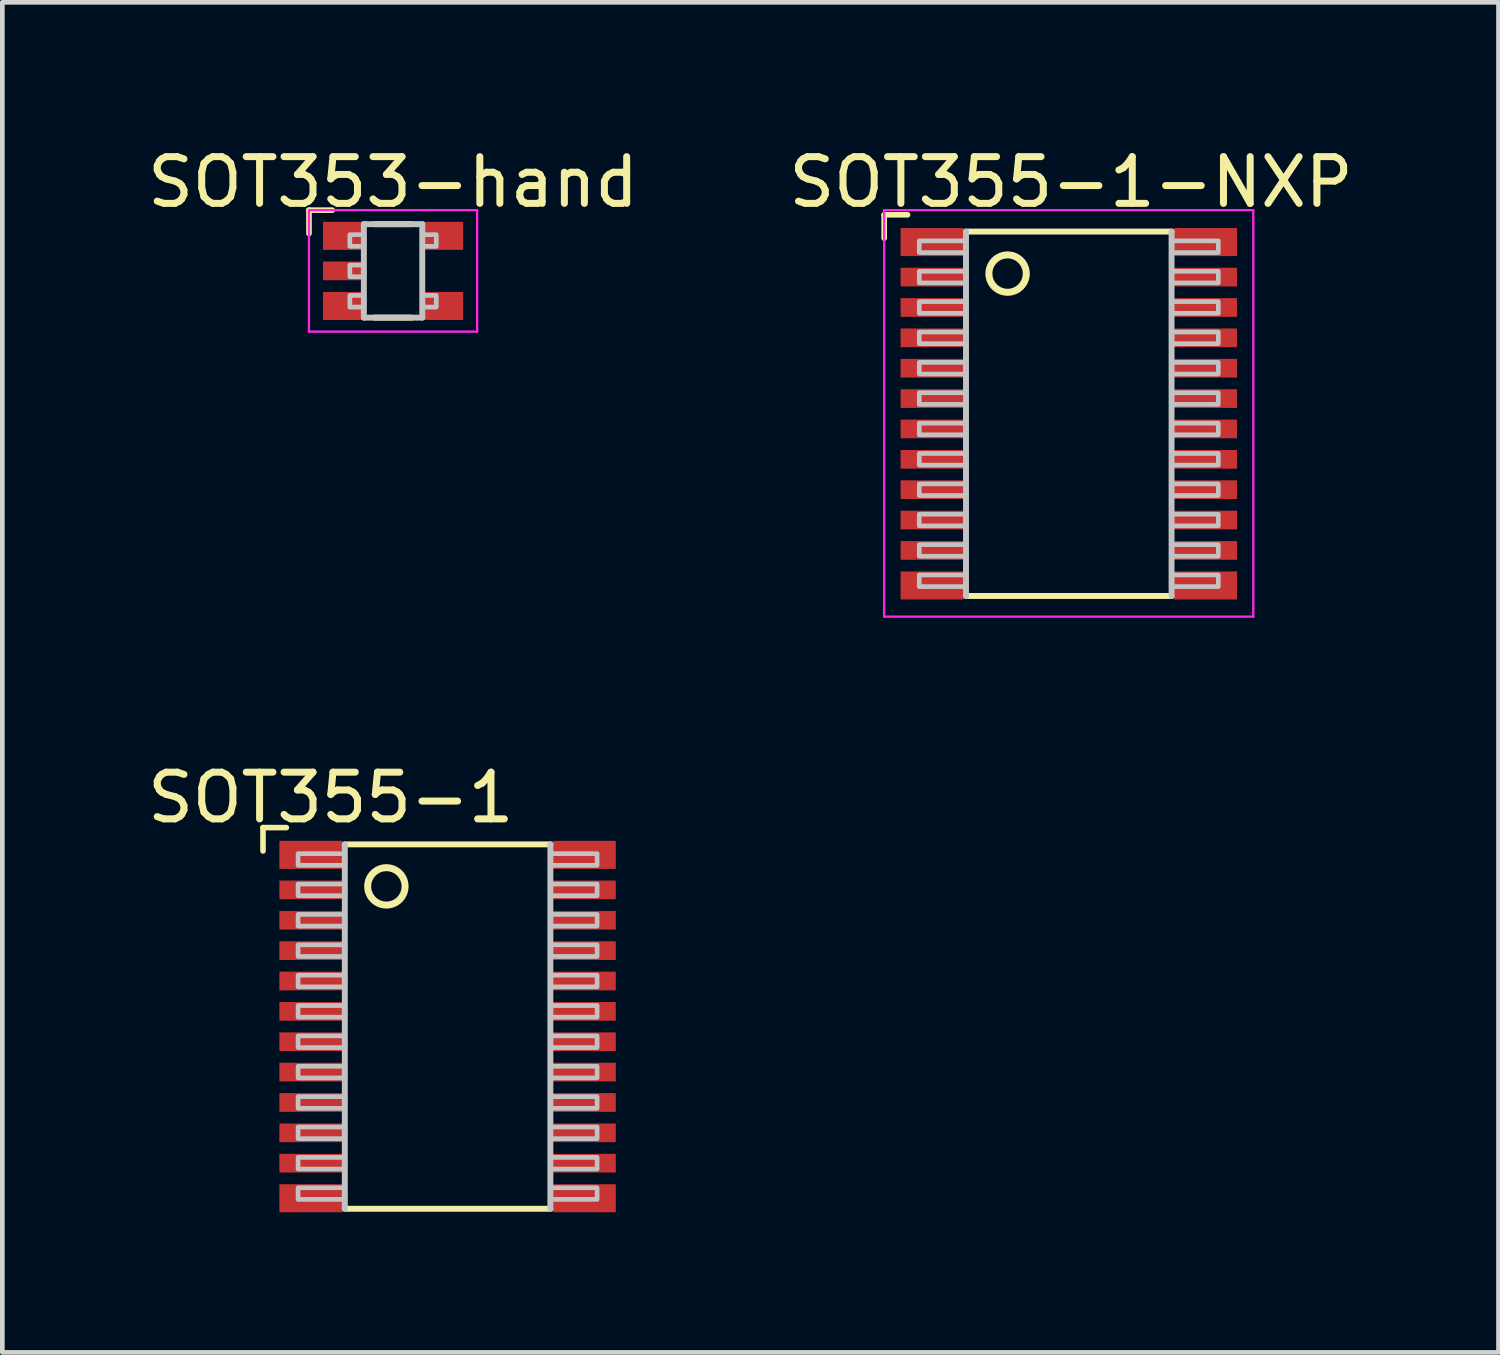
<source format=kicad_pcb>
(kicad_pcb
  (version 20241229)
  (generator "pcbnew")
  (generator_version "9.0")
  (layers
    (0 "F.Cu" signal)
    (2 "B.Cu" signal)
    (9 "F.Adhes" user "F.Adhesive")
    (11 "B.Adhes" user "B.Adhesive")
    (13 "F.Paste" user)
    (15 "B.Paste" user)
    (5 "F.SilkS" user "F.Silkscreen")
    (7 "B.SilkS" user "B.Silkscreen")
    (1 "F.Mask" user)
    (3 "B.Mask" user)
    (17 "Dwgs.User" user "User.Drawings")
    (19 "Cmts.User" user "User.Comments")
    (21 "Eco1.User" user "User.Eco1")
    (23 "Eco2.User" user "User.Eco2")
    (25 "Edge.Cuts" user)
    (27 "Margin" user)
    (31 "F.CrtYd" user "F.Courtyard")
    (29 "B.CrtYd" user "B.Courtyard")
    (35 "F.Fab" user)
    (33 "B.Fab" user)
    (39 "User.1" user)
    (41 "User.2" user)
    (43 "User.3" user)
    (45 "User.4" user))
  (footprint "SOT353-hand"
    (layer "F.Cu")
    (at 5.363 2.748)
    (property "Reference" "SOT353-hand" (at 0 -1.9 0) (layer "F.SilkS") (effects (font (size 1 1) (thickness 0.15))))
    (attr through_hole)
    (fp_line (start -1.8 -0.8) (end -1.8 -1.3) (stroke (width 0.12) (type solid)) (layer "F.SilkS"))
    (fp_line (start -1.3 -1.3) (end -1.8 -1.3) (stroke (width 0.12) (type solid)) (layer "F.SilkS"))
    (fp_line (start -0.4 -1) (end 0.4 -1) (stroke (width 0.127) (type solid)) (layer "F.SilkS"))
    (fp_line (start -0.4 1) (end 0.4 1) (stroke (width 0.127) (type solid)) (layer "F.SilkS"))
    (fp_line (start -0.625 1) (end -0.625 -1) (stroke (width 0.127) (type solid)) (layer "Dwgs.User"))
    (fp_line (start -0.625 1) (end 0.625 1) (stroke (width 0.127) (type solid)) (layer "Dwgs.User"))
    (fp_line (start 0.625 -1) (end -0.625 -1) (stroke (width 0.127) (type solid)) (layer "Dwgs.User"))
    (fp_line (start 0.625 -1) (end 0.625 1) (stroke (width 0.127) (type solid)) (layer "Dwgs.User"))
    (fp_poly (pts (xy -0.925 -0.775) (xy -0.925 -0.525) (xy -0.625 -0.525) (xy -0.625 -0.775)) (stroke (width 0.1) (type solid)) (fill no) (layer "Dwgs.User"))
    (fp_poly (pts (xy -0.925 -0.125) (xy -0.925 0.125) (xy -0.625 0.125) (xy -0.625 -0.125)) (stroke (width 0.1) (type solid)) (fill no) (layer "Dwgs.User"))
    (fp_poly (pts (xy -0.925 0.525) (xy -0.925 0.775) (xy -0.625 0.775) (xy -0.625 0.525)) (stroke (width 0.1) (type solid)) (fill no) (layer "Dwgs.User"))
    (fp_poly (pts (xy 0.625 -0.775) (xy 0.625 -0.525) (xy 0.925 -0.525) (xy 0.925 -0.775)) (stroke (width 0.1) (type solid)) (fill no) (layer "Dwgs.User"))
    (fp_poly (pts (xy 0.625 0.525) (xy 0.625 0.775) (xy 0.925 0.775) (xy 0.925 0.525)) (stroke (width 0.1) (type solid)) (fill no) (layer "Dwgs.User"))
    (fp_line (start -1.8 -1.3) (end -1.8 1.3) (stroke (width 0.05) (type solid)) (layer "F.CrtYd"))
    (fp_line (start -1.8 1.3) (end 1.8 1.3) (stroke (width 0.05) (type solid)) (layer "F.CrtYd"))
    (fp_line (start 1.8 -1.3) (end -1.8 -1.3) (stroke (width 0.05) (type solid)) (layer "F.CrtYd"))
    (fp_line (start 1.8 1.3) (end 1.8 -1.3) (stroke (width 0.05) (type solid)) (layer "F.CrtYd"))
    (pad "1" smd rect (at -1.05 -0.75 270) (size 0.6 0.9) (layers "F.Cu" "F.Mask" "F.Paste"))
    (pad "2" smd rect (at -1.05 0 270) (size 0.4 0.9) (layers "F.Cu" "F.Mask" "F.Paste"))
    (pad "3" smd rect (at -1.05 0.75 270) (size 0.6 0.9) (layers "F.Cu" "F.Mask" "F.Paste"))
    (pad "4" smd rect (at 1.05 0.75 270) (size 0.6 0.9) (layers "F.Cu" "F.Mask" "F.Paste"))
    (pad "5" smd rect (at 1.05 -0.75 270) (size 0.6 0.9) (layers "F.Cu" "F.Mask" "F.Paste")))
  (footprint "SOT355-1"
    (layer "F.Cu")
    (at 6.779 18.964)
    (property "Reference" "SOT355-1" (at -2.749 -4.942 0) (layer "F.SilkS") (effects (font (size 1 1) (thickness 0.15))))
    (attr smd)
    (fp_line (start -4.2 -4.3) (end -4.2 -3.8) (stroke (width 0.12) (type solid)) (layer "F.SilkS"))
    (fp_line (start -4.2 -4.3) (end -3.7 -4.3) (stroke (width 0.12) (type solid)) (layer "F.SilkS"))
    (fp_line (start -2.449 3.858) (end 1.951 3.858) (stroke (width 0.127) (type solid)) (layer "F.SilkS"))
    (fp_line (start 1.951 -3.942) (end -2.449 -3.942) (stroke (width 0.127) (type solid)) (layer "F.SilkS"))
    (fp_circle (center -1.559 -3.042) (end -1.559 -2.642) (stroke (width 0.15) (type solid)) (fill no) (layer "F.SilkS"))
    (fp_line (start -2.449 -3.942) (end -2.449 3.858) (stroke (width 0.127) (type solid)) (layer "Dwgs.User"))
    (fp_line (start 1.951 3.858) (end 1.951 -3.942) (stroke (width 0.127) (type solid)) (layer "Dwgs.User"))
    (fp_poly (pts (xy -3.449 -3.742) (xy -3.449 -3.492) (xy -2.449 -3.492) (xy -2.449 -3.742)) (stroke (width 0.1) (type solid)) (fill no) (layer "Dwgs.User"))
    (fp_poly (pts (xy -3.449 -3.092) (xy -3.449 -2.842) (xy -2.449 -2.842) (xy -2.449 -3.092)) (stroke (width 0.1) (type solid)) (fill no) (layer "Dwgs.User"))
    (fp_poly (pts (xy -3.449 -2.442) (xy -3.449 -2.192) (xy -2.449 -2.192) (xy -2.449 -2.442)) (stroke (width 0.1) (type solid)) (fill no) (layer "Dwgs.User"))
    (fp_poly (pts (xy -3.449 -1.792) (xy -3.449 -1.542) (xy -2.449 -1.542) (xy -2.449 -1.792)) (stroke (width 0.1) (type solid)) (fill no) (layer "Dwgs.User"))
    (fp_poly (pts (xy -3.449 -1.142) (xy -3.449 -0.892) (xy -2.449 -0.892) (xy -2.449 -1.142)) (stroke (width 0.1) (type solid)) (fill no) (layer "Dwgs.User"))
    (fp_poly (pts (xy -3.449 -0.492) (xy -3.449 -0.242) (xy -2.449 -0.242) (xy -2.449 -0.492)) (stroke (width 0.1) (type solid)) (fill no) (layer "Dwgs.User"))
    (fp_poly (pts (xy -3.449 0.158) (xy -3.449 0.408) (xy -2.449 0.408) (xy -2.449 0.158)) (stroke (width 0.1) (type solid)) (fill no) (layer "Dwgs.User"))
    (fp_poly (pts (xy -3.449 0.808) (xy -3.449 1.058) (xy -2.449 1.058) (xy -2.449 0.808)) (stroke (width 0.1) (type solid)) (fill no) (layer "Dwgs.User"))
    (fp_poly (pts (xy -3.449 1.458) (xy -3.449 1.708) (xy -2.449 1.708) (xy -2.449 1.458)) (stroke (width 0.1) (type solid)) (fill no) (layer "Dwgs.User"))
    (fp_poly (pts (xy -3.449 2.108) (xy -3.449 2.358) (xy -2.449 2.358) (xy -2.449 2.108)) (stroke (width 0.1) (type solid)) (fill no) (layer "Dwgs.User"))
    (fp_poly (pts (xy -3.449 2.758) (xy -3.449 3.008) (xy -2.449 3.008) (xy -2.449 2.758)) (stroke (width 0.1) (type solid)) (fill no) (layer "Dwgs.User"))
    (fp_poly (pts (xy -3.449 3.408) (xy -3.449 3.658) (xy -2.449 3.658) (xy -2.449 3.408)) (stroke (width 0.1) (type solid)) (fill no) (layer "Dwgs.User"))
    (fp_poly (pts (xy 1.951 -3.742) (xy 1.951 -3.492) (xy 2.951 -3.492) (xy 2.951 -3.742)) (stroke (width 0.1) (type solid)) (fill no) (layer "Dwgs.User"))
    (fp_poly (pts (xy 1.951 -3.092) (xy 1.951 -2.842) (xy 2.951 -2.842) (xy 2.951 -3.092)) (stroke (width 0.1) (type solid)) (fill no) (layer "Dwgs.User"))
    (fp_poly (pts (xy 1.951 -2.442) (xy 1.951 -2.192) (xy 2.951 -2.192) (xy 2.951 -2.442)) (stroke (width 0.1) (type solid)) (fill no) (layer "Dwgs.User"))
    (fp_poly (pts (xy 1.951 -1.792) (xy 1.951 -1.542) (xy 2.951 -1.542) (xy 2.951 -1.792)) (stroke (width 0.1) (type solid)) (fill no) (layer "Dwgs.User"))
    (fp_poly (pts (xy 1.951 -1.142) (xy 1.951 -0.892) (xy 2.951 -0.892) (xy 2.951 -1.142)) (stroke (width 0.1) (type solid)) (fill no) (layer "Dwgs.User"))
    (fp_poly (pts (xy 1.951 -0.492) (xy 1.951 -0.242) (xy 2.951 -0.242) (xy 2.951 -0.492)) (stroke (width 0.1) (type solid)) (fill no) (layer "Dwgs.User"))
    (fp_poly (pts (xy 1.951 0.158) (xy 1.951 0.408) (xy 2.951 0.408) (xy 2.951 0.158)) (stroke (width 0.1) (type solid)) (fill no) (layer "Dwgs.User"))
    (fp_poly (pts (xy 1.951 0.808) (xy 1.951 1.058) (xy 2.951 1.058) (xy 2.951 0.808)) (stroke (width 0.1) (type solid)) (fill no) (layer "Dwgs.User"))
    (fp_poly (pts (xy 1.951 1.458) (xy 1.951 1.708) (xy 2.951 1.708) (xy 2.951 1.458)) (stroke (width 0.1) (type solid)) (fill no) (layer "Dwgs.User"))
    (fp_poly (pts (xy 1.951 2.108) (xy 1.951 2.358) (xy 2.951 2.358) (xy 2.951 2.108)) (stroke (width 0.1) (type solid)) (fill no) (layer "Dwgs.User"))
    (fp_poly (pts (xy 1.951 2.758) (xy 1.951 3.008) (xy 2.951 3.008) (xy 2.951 2.758)) (stroke (width 0.1) (type solid)) (fill no) (layer "Dwgs.User"))
    (fp_poly (pts (xy 1.951 3.408) (xy 1.951 3.658) (xy 2.951 3.658) (xy 2.951 3.408)) (stroke (width 0.1) (type solid)) (fill no) (layer "Dwgs.User"))
    (pad "1" smd rect (at -3.174 -3.717 270) (size 0.6 1.35) (layers "F.Cu" "F.Mask" "F.Paste"))
    (pad "2" smd rect (at -3.174 -2.967 270) (size 0.4 1.35) (layers "F.Cu" "F.Mask" "F.Paste"))
    (pad "3" smd rect (at -3.174 -2.317 270) (size 0.4 1.35) (layers "F.Cu" "F.Mask" "F.Paste"))
    (pad "4" smd rect (at -3.174 -1.667 270) (size 0.4 1.35) (layers "F.Cu" "F.Mask" "F.Paste"))
    (pad "5" smd rect (at -3.174 -1.017 270) (size 0.4 1.35) (layers "F.Cu" "F.Mask" "F.Paste"))
    (pad "6" smd rect (at -3.174 -0.367 270) (size 0.4 1.35) (layers "F.Cu" "F.Mask" "F.Paste"))
    (pad "7" smd rect (at -3.174 0.283 270) (size 0.4 1.35) (layers "F.Cu" "F.Mask" "F.Paste"))
    (pad "8" smd rect (at -3.174 0.933 270) (size 0.4 1.35) (layers "F.Cu" "F.Mask" "F.Paste"))
    (pad "9" smd rect (at -3.174 1.583 270) (size 0.4 1.35) (layers "F.Cu" "F.Mask" "F.Paste"))
    (pad "10" smd rect (at -3.174 2.233 270) (size 0.4 1.35) (layers "F.Cu" "F.Mask" "F.Paste"))
    (pad "11" smd rect (at -3.174 2.883 270) (size 0.4 1.35) (layers "F.Cu" "F.Mask" "F.Paste"))
    (pad "12" smd rect (at -3.174 3.633 270) (size 0.6 1.35) (layers "F.Cu" "F.Mask" "F.Paste"))
    (pad "13" smd rect (at 2.676 3.633 270) (size 0.6 1.35) (layers "F.Cu" "F.Mask" "F.Paste"))
    (pad "14" smd rect (at 2.676 2.883 270) (size 0.4 1.35) (layers "F.Cu" "F.Mask" "F.Paste"))
    (pad "15" smd rect (at 2.676 2.233 270) (size 0.4 1.35) (layers "F.Cu" "F.Mask" "F.Paste"))
    (pad "16" smd rect (at 2.676 1.583 270) (size 0.4 1.35) (layers "F.Cu" "F.Mask" "F.Paste"))
    (pad "17" smd rect (at 2.676 0.933 270) (size 0.4 1.35) (layers "F.Cu" "F.Mask" "F.Paste"))
    (pad "18" smd rect (at 2.676 0.283 270) (size 0.4 1.35) (layers "F.Cu" "F.Mask" "F.Paste"))
    (pad "19" smd rect (at 2.676 -0.367 270) (size 0.4 1.35) (layers "F.Cu" "F.Mask" "F.Paste"))
    (pad "20" smd rect (at 2.676 -1.017 270) (size 0.4 1.35) (layers "F.Cu" "F.Mask" "F.Paste"))
    (pad "21" smd rect (at 2.676 -1.667 270) (size 0.4 1.35) (layers "F.Cu" "F.Mask" "F.Paste"))
    (pad "22" smd rect (at 2.676 -2.317 270) (size 0.4 1.35) (layers "F.Cu" "F.Mask" "F.Paste"))
    (pad "23" smd rect (at 2.676 -2.967 270) (size 0.4 1.35) (layers "F.Cu" "F.Mask" "F.Paste"))
    (pad "24" smd rect (at 2.676 -3.717 270) (size 0.6 1.35) (layers "F.Cu" "F.Mask" "F.Paste")))
  (footprint "SOT355-1-NXP"
    (layer "F.Cu")
    (at 19.875 5.848)
    (property "Reference" "SOT355-1-NXP" (at 0 -5 0) (layer "F.SilkS") (effects (font (size 1 1) (thickness 0.15))))
    (attr through_hole)
    (fp_line (start -4 -4.3) (end -4 -3.8) (stroke (width 0.12) (type solid)) (layer "F.SilkS"))
    (fp_line (start -4 -4.3) (end -3.5 -4.3) (stroke (width 0.12) (type solid)) (layer "F.SilkS"))
    (fp_line (start -2.249 3.858) (end 2.151 3.858) (stroke (width 0.127) (type solid)) (layer "F.SilkS"))
    (fp_line (start 2.151 -3.942) (end -2.249 -3.942) (stroke (width 0.127) (type solid)) (layer "F.SilkS"))
    (fp_circle (center -1.359 -3.042) (end -1.359 -2.642) (stroke (width 0.15) (type solid)) (fill no) (layer "F.SilkS"))
    (fp_line (start -2.249 -3.942) (end -2.249 3.858) (stroke (width 0.127) (type solid)) (layer "Dwgs.User"))
    (fp_line (start 2.151 3.858) (end 2.151 -3.942) (stroke (width 0.127) (type solid)) (layer "Dwgs.User"))
    (fp_poly (pts (xy -3.249 -3.742) (xy -3.249 -3.492) (xy -2.249 -3.492) (xy -2.249 -3.742)) (stroke (width 0.1) (type solid)) (fill no) (layer "Dwgs.User"))
    (fp_poly (pts (xy -3.249 -3.092) (xy -3.249 -2.842) (xy -2.249 -2.842) (xy -2.249 -3.092)) (stroke (width 0.1) (type solid)) (fill no) (layer "Dwgs.User"))
    (fp_poly (pts (xy -3.249 -2.442) (xy -3.249 -2.192) (xy -2.249 -2.192) (xy -2.249 -2.442)) (stroke (width 0.1) (type solid)) (fill no) (layer "Dwgs.User"))
    (fp_poly (pts (xy -3.249 -1.792) (xy -3.249 -1.542) (xy -2.249 -1.542) (xy -2.249 -1.792)) (stroke (width 0.1) (type solid)) (fill no) (layer "Dwgs.User"))
    (fp_poly (pts (xy -3.249 -1.142) (xy -3.249 -0.892) (xy -2.249 -0.892) (xy -2.249 -1.142)) (stroke (width 0.1) (type solid)) (fill no) (layer "Dwgs.User"))
    (fp_poly (pts (xy -3.249 -0.492) (xy -3.249 -0.242) (xy -2.249 -0.242) (xy -2.249 -0.492)) (stroke (width 0.1) (type solid)) (fill no) (layer "Dwgs.User"))
    (fp_poly (pts (xy -3.249 0.158) (xy -3.249 0.408) (xy -2.249 0.408) (xy -2.249 0.158)) (stroke (width 0.1) (type solid)) (fill no) (layer "Dwgs.User"))
    (fp_poly (pts (xy -3.249 0.808) (xy -3.249 1.058) (xy -2.249 1.058) (xy -2.249 0.808)) (stroke (width 0.1) (type solid)) (fill no) (layer "Dwgs.User"))
    (fp_poly (pts (xy -3.249 1.458) (xy -3.249 1.708) (xy -2.249 1.708) (xy -2.249 1.458)) (stroke (width 0.1) (type solid)) (fill no) (layer "Dwgs.User"))
    (fp_poly (pts (xy -3.249 2.108) (xy -3.249 2.358) (xy -2.249 2.358) (xy -2.249 2.108)) (stroke (width 0.1) (type solid)) (fill no) (layer "Dwgs.User"))
    (fp_poly (pts (xy -3.249 2.758) (xy -3.249 3.008) (xy -2.249 3.008) (xy -2.249 2.758)) (stroke (width 0.1) (type solid)) (fill no) (layer "Dwgs.User"))
    (fp_poly (pts (xy -3.249 3.408) (xy -3.249 3.658) (xy -2.249 3.658) (xy -2.249 3.408)) (stroke (width 0.1) (type solid)) (fill no) (layer "Dwgs.User"))
    (fp_poly (pts (xy 2.151 -3.742) (xy 2.151 -3.492) (xy 3.151 -3.492) (xy 3.151 -3.742)) (stroke (width 0.1) (type solid)) (fill no) (layer "Dwgs.User"))
    (fp_poly (pts (xy 2.151 -3.092) (xy 2.151 -2.842) (xy 3.151 -2.842) (xy 3.151 -3.092)) (stroke (width 0.1) (type solid)) (fill no) (layer "Dwgs.User"))
    (fp_poly (pts (xy 2.151 -2.442) (xy 2.151 -2.192) (xy 3.151 -2.192) (xy 3.151 -2.442)) (stroke (width 0.1) (type solid)) (fill no) (layer "Dwgs.User"))
    (fp_poly (pts (xy 2.151 -1.792) (xy 2.151 -1.542) (xy 3.151 -1.542) (xy 3.151 -1.792)) (stroke (width 0.1) (type solid)) (fill no) (layer "Dwgs.User"))
    (fp_poly (pts (xy 2.151 -1.142) (xy 2.151 -0.892) (xy 3.151 -0.892) (xy 3.151 -1.142)) (stroke (width 0.1) (type solid)) (fill no) (layer "Dwgs.User"))
    (fp_poly (pts (xy 2.151 -0.492) (xy 2.151 -0.242) (xy 3.151 -0.242) (xy 3.151 -0.492)) (stroke (width 0.1) (type solid)) (fill no) (layer "Dwgs.User"))
    (fp_poly (pts (xy 2.151 0.158) (xy 2.151 0.408) (xy 3.151 0.408) (xy 3.151 0.158)) (stroke (width 0.1) (type solid)) (fill no) (layer "Dwgs.User"))
    (fp_poly (pts (xy 2.151 0.808) (xy 2.151 1.058) (xy 3.151 1.058) (xy 3.151 0.808)) (stroke (width 0.1) (type solid)) (fill no) (layer "Dwgs.User"))
    (fp_poly (pts (xy 2.151 1.458) (xy 2.151 1.708) (xy 3.151 1.708) (xy 3.151 1.458)) (stroke (width 0.1) (type solid)) (fill no) (layer "Dwgs.User"))
    (fp_poly (pts (xy 2.151 2.108) (xy 2.151 2.358) (xy 3.151 2.358) (xy 3.151 2.108)) (stroke (width 0.1) (type solid)) (fill no) (layer "Dwgs.User"))
    (fp_poly (pts (xy 2.151 2.758) (xy 2.151 3.008) (xy 3.151 3.008) (xy 3.151 2.758)) (stroke (width 0.1) (type solid)) (fill no) (layer "Dwgs.User"))
    (fp_poly (pts (xy 2.151 3.408) (xy 2.151 3.658) (xy 3.151 3.658) (xy 3.151 3.408)) (stroke (width 0.1) (type solid)) (fill no) (layer "Dwgs.User"))
    (fp_line (start -4 -4.4) (end -4 4.3) (stroke (width 0.05) (type solid)) (layer "F.CrtYd"))
    (fp_line (start -4 4.3) (end 3.9 4.3) (stroke (width 0.05) (type solid)) (layer "F.CrtYd"))
    (fp_line (start 3.9 -4.4) (end -4 -4.4) (stroke (width 0.05) (type solid)) (layer "F.CrtYd"))
    (fp_line (start 3.9 4.3) (end 3.9 -4.4) (stroke (width 0.05) (type solid)) (layer "F.CrtYd"))
    (pad "1" smd rect (at -2.974 -3.717 270) (size 0.6 1.35) (layers "F.Cu" "F.Mask" "F.Paste"))
    (pad "2" smd rect (at -2.974 -2.967 270) (size 0.4 1.35) (layers "F.Cu" "F.Mask" "F.Paste"))
    (pad "3" smd rect (at -2.974 -2.317 270) (size 0.4 1.35) (layers "F.Cu" "F.Mask" "F.Paste"))
    (pad "4" smd rect (at -2.974 -1.667 270) (size 0.4 1.35) (layers "F.Cu" "F.Mask" "F.Paste"))
    (pad "5" smd rect (at -2.974 -1.017 270) (size 0.4 1.35) (layers "F.Cu" "F.Mask" "F.Paste"))
    (pad "6" smd rect (at -2.974 -0.367 270) (size 0.4 1.35) (layers "F.Cu" "F.Mask" "F.Paste"))
    (pad "7" smd rect (at -2.974 0.283 270) (size 0.4 1.35) (layers "F.Cu" "F.Mask" "F.Paste"))
    (pad "8" smd rect (at -2.974 0.933 270) (size 0.4 1.35) (layers "F.Cu" "F.Mask" "F.Paste"))
    (pad "9" smd rect (at -2.974 1.583 270) (size 0.4 1.35) (layers "F.Cu" "F.Mask" "F.Paste"))
    (pad "10" smd rect (at -2.974 2.233 270) (size 0.4 1.35) (layers "F.Cu" "F.Mask" "F.Paste"))
    (pad "11" smd rect (at -2.974 2.883 270) (size 0.4 1.35) (layers "F.Cu" "F.Mask" "F.Paste"))
    (pad "12" smd rect (at -2.974 3.633 270) (size 0.6 1.35) (layers "F.Cu" "F.Mask" "F.Paste"))
    (pad "13" smd rect (at 2.876 3.633 270) (size 0.6 1.35) (layers "F.Cu" "F.Mask" "F.Paste"))
    (pad "14" smd rect (at 2.876 2.883 270) (size 0.4 1.35) (layers "F.Cu" "F.Mask" "F.Paste"))
    (pad "15" smd rect (at 2.876 2.233 270) (size 0.4 1.35) (layers "F.Cu" "F.Mask" "F.Paste"))
    (pad "16" smd rect (at 2.876 1.583 270) (size 0.4 1.35) (layers "F.Cu" "F.Mask" "F.Paste"))
    (pad "17" smd rect (at 2.876 0.933 270) (size 0.4 1.35) (layers "F.Cu" "F.Mask" "F.Paste"))
    (pad "18" smd rect (at 2.876 0.283 270) (size 0.4 1.35) (layers "F.Cu" "F.Mask" "F.Paste"))
    (pad "19" smd rect (at 2.876 -0.367 270) (size 0.4 1.35) (layers "F.Cu" "F.Mask" "F.Paste"))
    (pad "20" smd rect (at 2.876 -1.017 270) (size 0.4 1.35) (layers "F.Cu" "F.Mask" "F.Paste"))
    (pad "21" smd rect (at 2.876 -1.667 270) (size 0.4 1.35) (layers "F.Cu" "F.Mask" "F.Paste"))
    (pad "22" smd rect (at 2.876 -2.317 270) (size 0.4 1.35) (layers "F.Cu" "F.Mask" "F.Paste"))
    (pad "23" smd rect (at 2.876 -2.967 270) (size 0.4 1.35) (layers "F.Cu" "F.Mask" "F.Paste"))
    (pad "24" smd rect (at 2.876 -3.717 270) (size 0.6 1.35) (layers "F.Cu" "F.Mask" "F.Paste")))
  (gr_rect
    (start -3 -3)
    (end 29.024 25.896)
    (stroke (width 0.1) (type default))
    (fill no)
    (layer "Edge.Cuts")))
</source>
